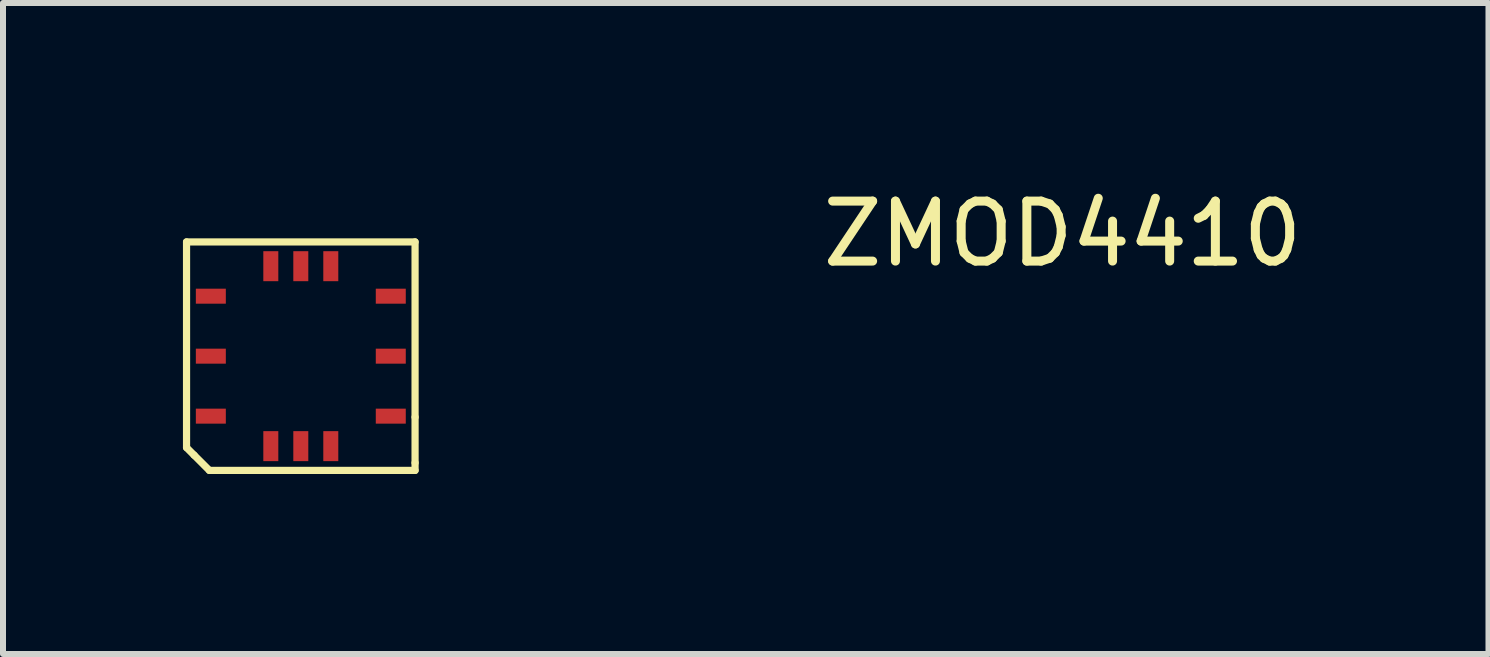
<source format=kicad_pcb>
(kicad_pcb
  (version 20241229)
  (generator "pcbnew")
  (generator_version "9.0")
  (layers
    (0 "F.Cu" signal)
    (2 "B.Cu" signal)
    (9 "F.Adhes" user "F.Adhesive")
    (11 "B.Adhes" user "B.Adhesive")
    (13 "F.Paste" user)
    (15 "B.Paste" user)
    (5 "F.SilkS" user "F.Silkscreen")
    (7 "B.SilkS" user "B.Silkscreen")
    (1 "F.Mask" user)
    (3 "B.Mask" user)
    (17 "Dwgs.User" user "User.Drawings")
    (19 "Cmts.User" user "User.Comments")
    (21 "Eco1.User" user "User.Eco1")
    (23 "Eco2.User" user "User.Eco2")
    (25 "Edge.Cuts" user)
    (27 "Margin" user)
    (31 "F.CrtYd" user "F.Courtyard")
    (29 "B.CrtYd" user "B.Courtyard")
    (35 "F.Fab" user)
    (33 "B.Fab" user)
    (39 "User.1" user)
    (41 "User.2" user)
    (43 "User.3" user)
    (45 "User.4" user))
  (footprint "ZMOD4410"
    (layer "F.Cu")
    (at 1.965 2.888)
    (property "Reference" "ZMOD4410" (at 12.7 -2.04 0) (layer "F.SilkS") (effects (font (size 1 1) (thickness 0.15))))
    (attr through_hole)
    (fp_line (start -1.905 -1.905) (end 1.905 -1.905) (stroke (width 0.12) (type solid)) (layer "F.SilkS"))
    (fp_line (start -1.905 1.524) (end -1.905 -1.905) (stroke (width 0.12) (type solid)) (layer "F.SilkS"))
    (fp_line (start -1.778 1.651) (end -1.905 1.524) (stroke (width 0.12) (type solid)) (layer "F.SilkS"))
    (fp_line (start -1.524 1.905) (end -1.778 1.651) (stroke (width 0.12) (type solid)) (layer "F.SilkS"))
    (fp_line (start 1.905 -1.905) (end 1.905 1.016) (stroke (width 0.12) (type solid)) (layer "F.SilkS"))
    (fp_line (start 1.905 1.016) (end 1.905 1.778) (stroke (width 0.12) (type solid)) (layer "F.SilkS"))
    (fp_line (start 1.905 1.778) (end 1.905 1.905) (stroke (width 0.12) (type solid)) (layer "F.SilkS"))
    (fp_line (start 1.905 1.905) (end -1.524 1.905) (stroke (width 0.12) (type solid)) (layer "F.SilkS"))
    (pad "1" smd rect (at -0.5 1.5) (size 0.25 0.5) (layers "F.Cu" "F.Mask" "F.Paste"))
    (pad "2" smd rect (at 0 1.5) (size 0.25 0.5) (layers "F.Cu" "F.Mask" "F.Paste"))
    (pad "3" smd rect (at 0.5 1.5) (size 0.25 0.5) (layers "F.Cu" "F.Mask" "F.Paste"))
    (pad "4" smd rect (at 1.5 1 90) (size 0.25 0.5) (layers "F.Cu" "F.Mask" "F.Paste"))
    (pad "5" smd rect (at 1.5 0 90) (size 0.25 0.5) (layers "F.Cu" "F.Mask" "F.Paste"))
    (pad "6" smd rect (at 1.5 -1 90) (size 0.25 0.5) (layers "F.Cu" "F.Mask" "F.Paste"))
    (pad "7" smd rect (at 0.5 -1.5) (size 0.25 0.5) (layers "F.Cu" "F.Mask" "F.Paste"))
    (pad "8" smd rect (at 0 -1.5) (size 0.25 0.5) (layers "F.Cu" "F.Mask" "F.Paste"))
    (pad "9" smd rect (at -0.5 -1.5) (size 0.25 0.5) (layers "F.Cu" "F.Mask" "F.Paste"))
    (pad "10" smd rect (at -1.5 -1 90) (size 0.25 0.5) (layers "F.Cu" "F.Mask" "F.Paste"))
    (pad "11" smd rect (at -1.5 0 90) (size 0.25 0.5) (layers "F.Cu" "F.Mask" "F.Paste"))
    (pad "12" smd rect (at -1.5 1 90) (size 0.25 0.5) (layers "F.Cu" "F.Mask" "F.Paste")))
  (gr_rect
    (start -3 -3)
    (end 21.766 7.853)
    (stroke (width 0.1) (type default))
    (fill no)
    (layer "Edge.Cuts")))
</source>
